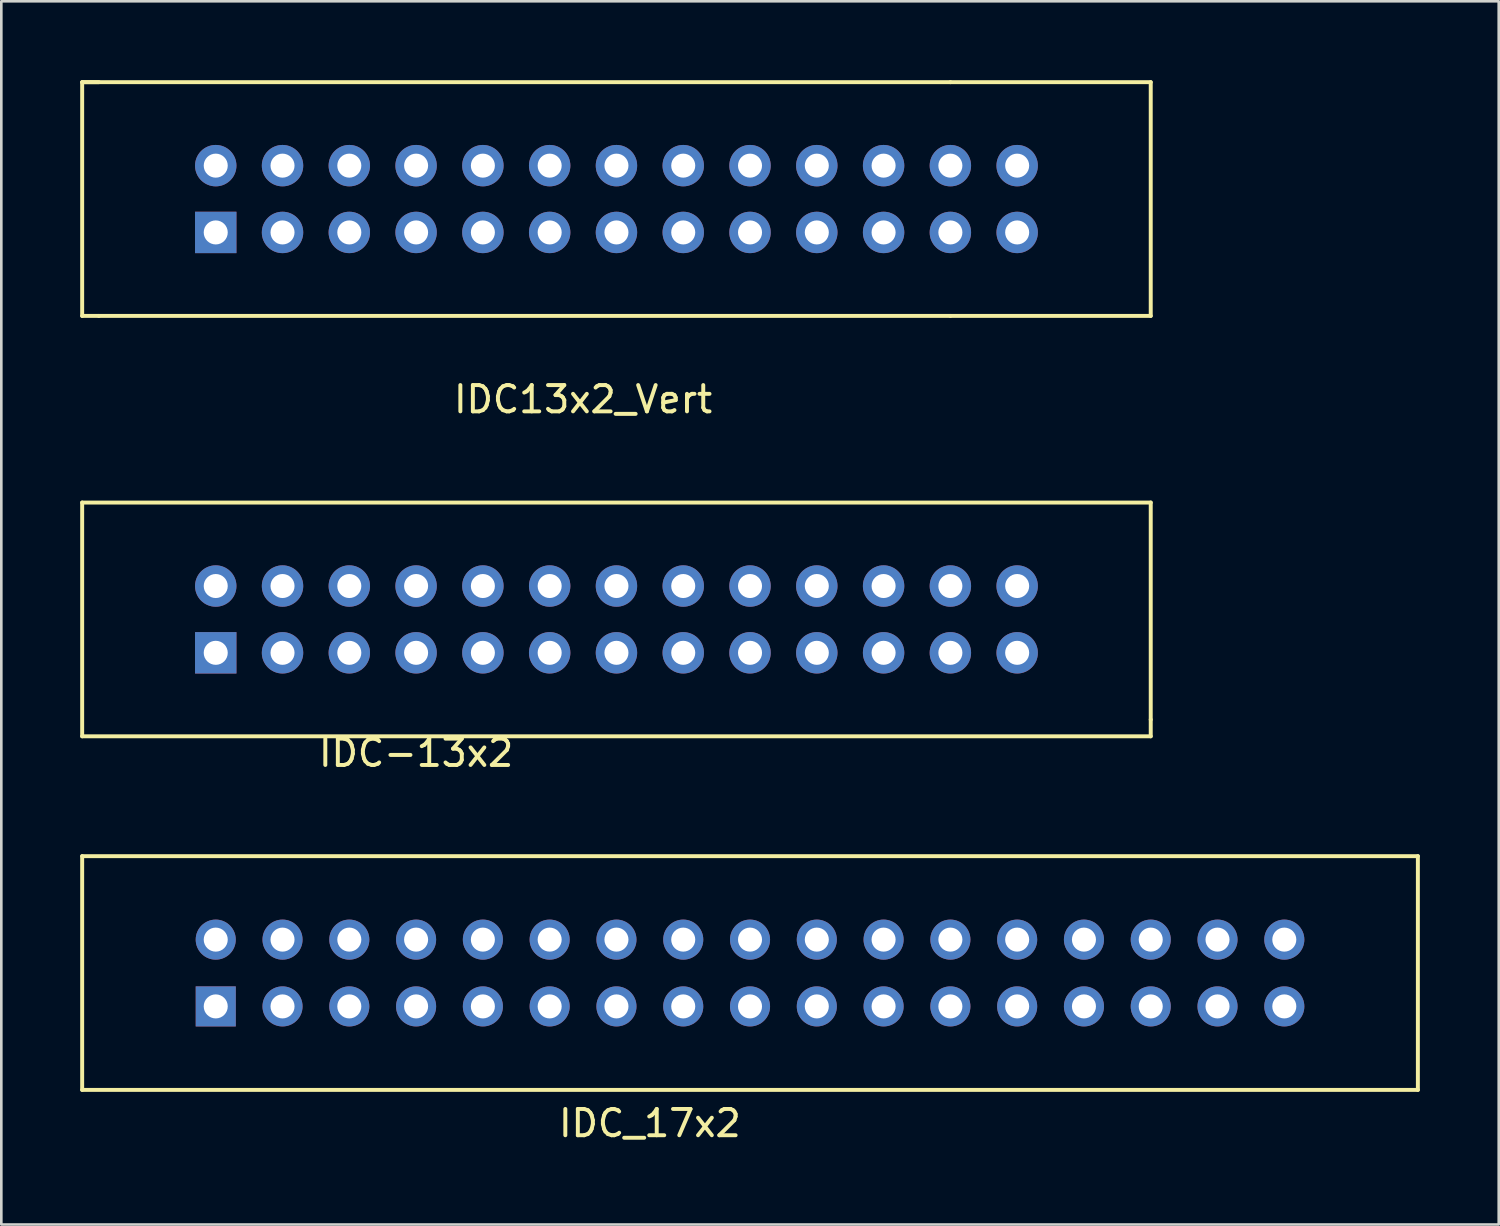
<source format=kicad_pcb>
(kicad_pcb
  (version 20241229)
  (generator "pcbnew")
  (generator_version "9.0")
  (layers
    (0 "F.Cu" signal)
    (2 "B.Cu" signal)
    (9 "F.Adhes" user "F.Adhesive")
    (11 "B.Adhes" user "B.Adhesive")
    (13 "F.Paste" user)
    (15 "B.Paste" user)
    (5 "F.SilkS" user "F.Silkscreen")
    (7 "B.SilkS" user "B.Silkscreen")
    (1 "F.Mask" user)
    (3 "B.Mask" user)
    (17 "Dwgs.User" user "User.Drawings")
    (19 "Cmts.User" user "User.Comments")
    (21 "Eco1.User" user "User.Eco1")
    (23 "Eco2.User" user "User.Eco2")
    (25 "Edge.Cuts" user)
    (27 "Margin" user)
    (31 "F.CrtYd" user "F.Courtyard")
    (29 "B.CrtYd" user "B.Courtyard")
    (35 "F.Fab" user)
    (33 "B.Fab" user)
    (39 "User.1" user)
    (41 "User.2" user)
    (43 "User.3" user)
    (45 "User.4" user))
  (footprint "IDC-13x2"
    (layer "F.Cu")
    (at 12.775 21.778)
    (property "Reference" "IDC-13x2" (at 0 3.81 0) (layer "F.SilkS") (effects (font (size 1 1) (thickness 0.15))))
    (attr through_hole)
    (fp_line (start -12.7 -5.715) (end -12.7 3.175) (stroke (width 0.15) (type solid)) (layer "F.SilkS"))
    (fp_line (start -12.7 3.175) (end 27.94 3.175) (stroke (width 0.15) (type solid)) (layer "F.SilkS"))
    (fp_line (start 27.94 -5.715) (end -12.7 -5.715) (stroke (width 0.15) (type solid)) (layer "F.SilkS"))
    (fp_line (start 27.94 2.54) (end 27.94 -5.715) (stroke (width 0.15) (type solid)) (layer "F.SilkS"))
    (fp_line (start 27.94 3.175) (end 27.94 2.54) (stroke (width 0.15) (type solid)) (layer "F.SilkS"))
    (pad "1" thru_hole rect (at -7.62 0) (size 1.575 1.575) (drill 0.914) (layers "*.Cu" "*.Mask"))
    (pad "2" thru_hole circle (at -7.62 -2.54) (size 1.575 1.575) (drill 0.914) (layers "*.Cu" "*.Mask"))
    (pad "3" thru_hole circle (at -5.08 0) (size 1.575 1.575) (drill 0.914) (layers "*.Cu" "*.Mask"))
    (pad "4" thru_hole circle (at -5.08 -2.54) (size 1.575 1.575) (drill 0.914) (layers "*.Cu" "*.Mask"))
    (pad "5" thru_hole circle (at -2.54 0) (size 1.575 1.575) (drill 0.914) (layers "*.Cu" "*.Mask"))
    (pad "6" thru_hole circle (at -2.54 -2.54) (size 1.575 1.575) (drill 0.914) (layers "*.Cu" "*.Mask"))
    (pad "7" thru_hole circle (at 0 0) (size 1.575 1.575) (drill 0.914) (layers "*.Cu" "*.Mask"))
    (pad "8" thru_hole circle (at 0 -2.54) (size 1.575 1.575) (drill 0.914) (layers "*.Cu" "*.Mask"))
    (pad "9" thru_hole circle (at 2.54 0) (size 1.575 1.575) (drill 0.914) (layers "*.Cu" "*.Mask"))
    (pad "10" thru_hole circle (at 2.54 -2.54) (size 1.575 1.575) (drill 0.914) (layers "*.Cu" "*.Mask"))
    (pad "11" thru_hole circle (at 5.08 0) (size 1.575 1.575) (drill 0.914) (layers "*.Cu" "*.Mask"))
    (pad "12" thru_hole circle (at 5.08 -2.54) (size 1.575 1.575) (drill 0.914) (layers "*.Cu" "*.Mask"))
    (pad "13" thru_hole circle (at 7.62 0) (size 1.575 1.575) (drill 0.914) (layers "*.Cu" "*.Mask"))
    (pad "14" thru_hole circle (at 7.62 -2.54) (size 1.575 1.575) (drill 0.914) (layers "*.Cu" "*.Mask"))
    (pad "15" thru_hole circle (at 10.16 0) (size 1.575 1.575) (drill 0.914) (layers "*.Cu" "*.Mask"))
    (pad "16" thru_hole circle (at 10.16 -2.54) (size 1.575 1.575) (drill 0.914) (layers "*.Cu" "*.Mask"))
    (pad "17" thru_hole circle (at 12.7 0) (size 1.575 1.575) (drill 0.914) (layers "*.Cu" "*.Mask"))
    (pad "18" thru_hole circle (at 12.7 -2.54) (size 1.575 1.575) (drill 0.914) (layers "*.Cu" "*.Mask"))
    (pad "19" thru_hole circle (at 15.24 0) (size 1.575 1.575) (drill 0.914) (layers "*.Cu" "*.Mask"))
    (pad "20" thru_hole circle (at 15.24 -2.54) (size 1.575 1.575) (drill 0.914) (layers "*.Cu" "*.Mask"))
    (pad "21" thru_hole circle (at 17.78 0) (size 1.575 1.575) (drill 0.914) (layers "*.Cu" "*.Mask"))
    (pad "22" thru_hole circle (at 17.78 -2.54) (size 1.575 1.575) (drill 0.914) (layers "*.Cu" "*.Mask"))
    (pad "23" thru_hole circle (at 20.32 0) (size 1.575 1.575) (drill 0.914) (layers "*.Cu" "*.Mask"))
    (pad "24" thru_hole circle (at 20.32 -2.54) (size 1.575 1.575) (drill 0.914) (layers "*.Cu" "*.Mask"))
    (pad "25" thru_hole circle (at 22.86 0) (size 1.575 1.575) (drill 0.914) (layers "*.Cu" "*.Mask"))
    (pad "26" thru_hole circle (at 22.86 -2.54) (size 1.575 1.575) (drill 0.914) (layers "*.Cu" "*.Mask")))
  (footprint "IDC13x2_Vert"
    (layer "F.Cu")
    (at 19.125 4.52)
    (property "Reference" "IDC13x2_Vert" (at 0 7.62 0) (layer "F.SilkS") (effects (font (size 1 1) (thickness 0.15))))
    (attr through_hole)
    (fp_line (start -19.05 -4.445) (end -18.415 -4.445) (stroke (width 0.15) (type solid)) (layer "F.SilkS"))
    (fp_line (start -19.05 -4.445) (end 13.97 -4.445) (stroke (width 0.15) (type solid)) (layer "F.SilkS"))
    (fp_line (start -19.05 4.445) (end -19.05 -4.445) (stroke (width 0.15) (type solid)) (layer "F.SilkS"))
    (fp_line (start -18.415 4.445) (end -19.05 4.445) (stroke (width 0.15) (type solid)) (layer "F.SilkS"))
    (fp_line (start 13.97 -4.445) (end 21.59 -4.445) (stroke (width 0.15) (type solid)) (layer "F.SilkS"))
    (fp_line (start 13.97 4.445) (end -18.415 4.445) (stroke (width 0.15) (type solid)) (layer "F.SilkS"))
    (fp_line (start 13.97 4.445) (end 21.59 4.445) (stroke (width 0.15) (type solid)) (layer "F.SilkS"))
    (fp_line (start 21.59 -4.445) (end 21.59 4.445) (stroke (width 0.15) (type solid)) (layer "F.SilkS"))
    (pad "1" thru_hole rect (at -13.97 1.27) (size 1.575 1.575) (drill 0.914) (layers "*.Cu" "*.Mask"))
    (pad "2" thru_hole circle (at -13.97 -1.27) (size 1.575 1.575) (drill 0.914) (layers "*.Cu" "*.Mask"))
    (pad "3" thru_hole circle (at -11.43 1.27) (size 1.575 1.575) (drill 0.914) (layers "*.Cu" "*.Mask"))
    (pad "4" thru_hole circle (at -11.43 -1.27) (size 1.575 1.575) (drill 0.914) (layers "*.Cu" "*.Mask"))
    (pad "5" thru_hole circle (at -8.89 1.27) (size 1.575 1.575) (drill 0.914) (layers "*.Cu" "*.Mask"))
    (pad "6" thru_hole circle (at -8.89 -1.27) (size 1.575 1.575) (drill 0.914) (layers "*.Cu" "*.Mask"))
    (pad "7" thru_hole circle (at -6.35 1.27) (size 1.575 1.575) (drill 0.914) (layers "*.Cu" "*.Mask"))
    (pad "8" thru_hole circle (at -6.35 -1.27) (size 1.575 1.575) (drill 0.914) (layers "*.Cu" "*.Mask"))
    (pad "9" thru_hole circle (at -3.81 1.27) (size 1.575 1.575) (drill 0.914) (layers "*.Cu" "*.Mask"))
    (pad "10" thru_hole circle (at -3.81 -1.27) (size 1.575 1.575) (drill 0.914) (layers "*.Cu" "*.Mask"))
    (pad "11" thru_hole circle (at -1.27 1.27) (size 1.575 1.575) (drill 0.914) (layers "*.Cu" "*.Mask"))
    (pad "12" thru_hole circle (at -1.27 -1.27) (size 1.575 1.575) (drill 0.914) (layers "*.Cu" "*.Mask"))
    (pad "13" thru_hole circle (at 1.27 1.27) (size 1.575 1.575) (drill 0.914) (layers "*.Cu" "*.Mask"))
    (pad "14" thru_hole circle (at 1.27 -1.27) (size 1.575 1.575) (drill 0.914) (layers "*.Cu" "*.Mask"))
    (pad "15" thru_hole circle (at 3.81 1.27) (size 1.575 1.575) (drill 0.914) (layers "*.Cu" "*.Mask"))
    (pad "16" thru_hole circle (at 3.81 -1.27) (size 1.575 1.575) (drill 0.914) (layers "*.Cu" "*.Mask"))
    (pad "17" thru_hole circle (at 6.35 1.27) (size 1.575 1.575) (drill 0.914) (layers "*.Cu" "*.Mask"))
    (pad "18" thru_hole circle (at 6.35 -1.27) (size 1.575 1.575) (drill 0.914) (layers "*.Cu" "*.Mask"))
    (pad "19" thru_hole circle (at 8.89 1.27) (size 1.575 1.575) (drill 0.914) (layers "*.Cu" "*.Mask"))
    (pad "20" thru_hole circle (at 8.89 -1.27) (size 1.575 1.575) (drill 0.914) (layers "*.Cu" "*.Mask"))
    (pad "21" thru_hole circle (at 11.43 1.27) (size 1.575 1.575) (drill 0.914) (layers "*.Cu" "*.Mask"))
    (pad "22" thru_hole circle (at 11.43 -1.27) (size 1.575 1.575) (drill 0.914) (layers "*.Cu" "*.Mask"))
    (pad "23" thru_hole circle (at 13.97 1.27) (size 1.575 1.575) (drill 0.914) (layers "*.Cu" "*.Mask"))
    (pad "24" thru_hole circle (at 13.97 -1.27) (size 1.575 1.575) (drill 0.914) (layers "*.Cu" "*.Mask"))
    (pad "25" thru_hole circle (at 16.51 1.27) (size 1.575 1.575) (drill 0.914) (layers "*.Cu" "*.Mask"))
    (pad "26" thru_hole circle (at 16.51 -1.27) (size 1.575 1.575) (drill 0.914) (layers "*.Cu" "*.Mask")))
  (footprint "IDC_17x2"
    (layer "F.Cu")
    (at 26.745 33.956)
    (property "Reference" "IDC_17x2" (at -5.08 5.715 0) (layer "F.SilkS") (effects (font (size 1 1) (thickness 0.15))))
    (attr through_hole)
    (fp_line (start -26.67 -4.445) (end 24.13 -4.445) (stroke (width 0.15) (type solid)) (layer "F.SilkS"))
    (fp_line (start -26.67 4.445) (end -26.67 -4.445) (stroke (width 0.15) (type solid)) (layer "F.SilkS"))
    (fp_line (start 24.13 -4.445) (end 24.13 4.445) (stroke (width 0.15) (type solid)) (layer "F.SilkS"))
    (fp_line (start 24.13 4.445) (end -26.67 4.445) (stroke (width 0.15) (type solid)) (layer "F.SilkS"))
    (pad "1" thru_hole rect (at -21.59 1.27) (size 1.524 1.524) (drill 0.914) (layers "*.Cu" "*.Mask"))
    (pad "2" thru_hole circle (at -21.59 -1.27) (size 1.524 1.524) (drill 0.914) (layers "*.Cu" "*.Mask"))
    (pad "3" thru_hole circle (at -19.05 1.27) (size 1.524 1.524) (drill 0.914) (layers "*.Cu" "*.Mask"))
    (pad "4" thru_hole circle (at -19.05 -1.27) (size 1.524 1.524) (drill 0.914) (layers "*.Cu" "*.Mask"))
    (pad "5" thru_hole circle (at -16.51 1.27) (size 1.524 1.524) (drill 0.914) (layers "*.Cu" "*.Mask"))
    (pad "6" thru_hole circle (at -16.51 -1.27) (size 1.524 1.524) (drill 0.914) (layers "*.Cu" "*.Mask"))
    (pad "7" thru_hole circle (at -13.97 1.27) (size 1.524 1.524) (drill 0.914) (layers "*.Cu" "*.Mask"))
    (pad "8" thru_hole circle (at -13.97 -1.27) (size 1.524 1.524) (drill 0.914) (layers "*.Cu" "*.Mask"))
    (pad "9" thru_hole circle (at -11.43 1.27) (size 1.524 1.524) (drill 0.914) (layers "*.Cu" "*.Mask"))
    (pad "10" thru_hole circle (at -11.43 -1.27) (size 1.524 1.524) (drill 0.914) (layers "*.Cu" "*.Mask"))
    (pad "11" thru_hole circle (at -8.89 1.27) (size 1.524 1.524) (drill 0.914) (layers "*.Cu" "*.Mask"))
    (pad "12" thru_hole circle (at -8.89 -1.27) (size 1.524 1.524) (drill 0.914) (layers "*.Cu" "*.Mask"))
    (pad "13" thru_hole circle (at -6.35 1.27) (size 1.524 1.524) (drill 0.914) (layers "*.Cu" "*.Mask"))
    (pad "14" thru_hole circle (at -6.35 -1.27) (size 1.524 1.524) (drill 0.914) (layers "*.Cu" "*.Mask"))
    (pad "15" thru_hole circle (at -3.81 1.27) (size 1.524 1.524) (drill 0.914) (layers "*.Cu" "*.Mask"))
    (pad "16" thru_hole circle (at -3.81 -1.27) (size 1.524 1.524) (drill 0.914) (layers "*.Cu" "*.Mask"))
    (pad "17" thru_hole circle (at -1.27 1.27) (size 1.524 1.524) (drill 0.914) (layers "*.Cu" "*.Mask"))
    (pad "18" thru_hole circle (at -1.27 -1.27) (size 1.524 1.524) (drill 0.914) (layers "*.Cu" "*.Mask"))
    (pad "19" thru_hole circle (at 1.27 1.27) (size 1.524 1.524) (drill 0.914) (layers "*.Cu" "*.Mask"))
    (pad "20" thru_hole circle (at 1.27 -1.27) (size 1.524 1.524) (drill 0.914) (layers "*.Cu" "*.Mask"))
    (pad "21" thru_hole circle (at 3.81 1.27) (size 1.524 1.524) (drill 0.914) (layers "*.Cu" "*.Mask"))
    (pad "22" thru_hole circle (at 3.81 -1.27) (size 1.524 1.524) (drill 0.914) (layers "*.Cu" "*.Mask"))
    (pad "23" thru_hole circle (at 6.35 1.27) (size 1.524 1.524) (drill 0.914) (layers "*.Cu" "*.Mask"))
    (pad "24" thru_hole circle (at 6.35 -1.27) (size 1.524 1.524) (drill 0.914) (layers "*.Cu" "*.Mask"))
    (pad "25" thru_hole circle (at 8.89 1.27) (size 1.524 1.524) (drill 0.914) (layers "*.Cu" "*.Mask"))
    (pad "26" thru_hole circle (at 8.89 -1.27) (size 1.524 1.524) (drill 0.914) (layers "*.Cu" "*.Mask"))
    (pad "27" thru_hole circle (at 11.43 1.27) (size 1.524 1.524) (drill 0.914) (layers "*.Cu" "*.Mask"))
    (pad "28" thru_hole circle (at 11.43 -1.27) (size 1.524 1.524) (drill 0.914) (layers "*.Cu" "*.Mask"))
    (pad "29" thru_hole circle (at 13.97 1.27) (size 1.524 1.524) (drill 0.914) (layers "*.Cu" "*.Mask"))
    (pad "30" thru_hole circle (at 13.97 -1.27) (size 1.524 1.524) (drill 0.914) (layers "*.Cu" "*.Mask"))
    (pad "31" thru_hole circle (at 16.51 1.27) (size 1.524 1.524) (drill 0.914) (layers "*.Cu" "*.Mask"))
    (pad "32" thru_hole circle (at 16.51 -1.27) (size 1.524 1.524) (drill 0.914) (layers "*.Cu" "*.Mask"))
    (pad "33" thru_hole circle (at 19.05 1.27) (size 1.524 1.524) (drill 0.914) (layers "*.Cu" "*.Mask"))
    (pad "34" thru_hole circle (at 19.05 -1.27) (size 1.524 1.524) (drill 0.914) (layers "*.Cu" "*.Mask")))
  (gr_rect
    (start -3 -3)
    (end 53.95 43.52)
    (stroke (width 0.1) (type default))
    (fill no)
    (layer "Edge.Cuts")))
</source>
